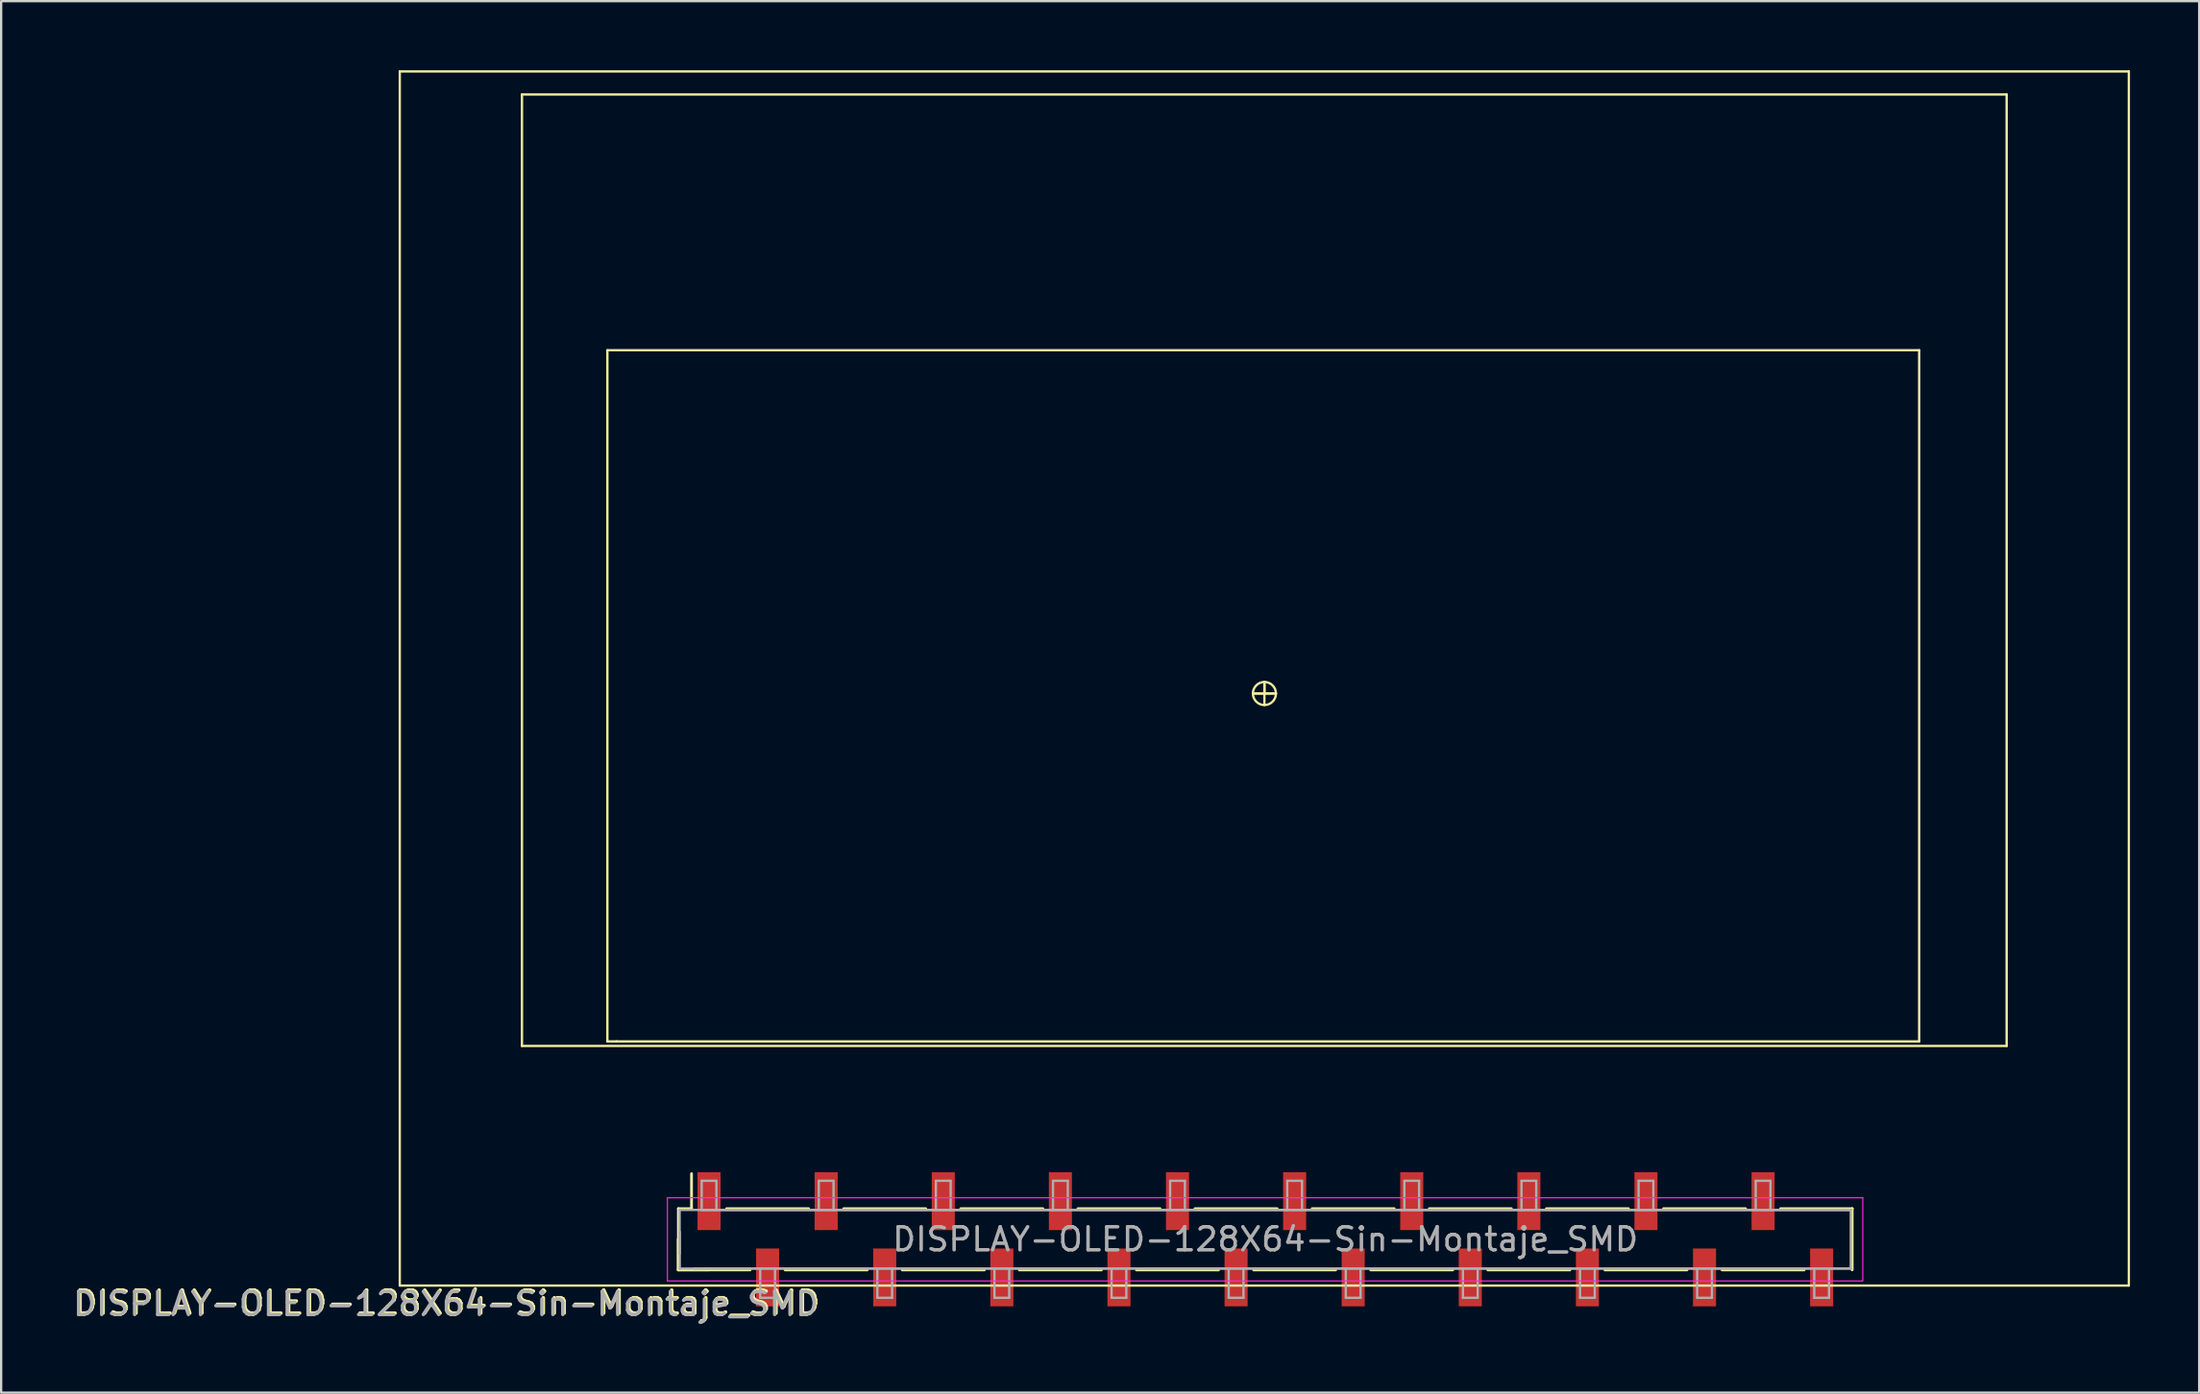
<source format=kicad_pcb>
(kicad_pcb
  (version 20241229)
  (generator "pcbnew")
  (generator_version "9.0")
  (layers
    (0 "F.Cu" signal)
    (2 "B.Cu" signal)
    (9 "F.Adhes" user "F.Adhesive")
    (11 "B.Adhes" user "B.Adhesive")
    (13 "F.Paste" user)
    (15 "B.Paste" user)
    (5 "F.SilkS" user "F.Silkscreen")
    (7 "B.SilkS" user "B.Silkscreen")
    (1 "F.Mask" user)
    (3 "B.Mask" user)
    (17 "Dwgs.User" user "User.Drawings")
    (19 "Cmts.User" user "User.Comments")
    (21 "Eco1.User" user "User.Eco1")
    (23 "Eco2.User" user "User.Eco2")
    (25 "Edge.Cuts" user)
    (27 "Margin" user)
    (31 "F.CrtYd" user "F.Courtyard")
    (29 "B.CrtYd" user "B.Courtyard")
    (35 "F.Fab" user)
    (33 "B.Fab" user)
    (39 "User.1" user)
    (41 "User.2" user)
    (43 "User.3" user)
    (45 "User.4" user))
  (footprint "DISPLAY-OLED-128X64-Sin-Montaje_SMD"
    (layer "F.Cu")
    (at 14.296 52.752)
    (property "Reference" "DISPLAY-OLED-128X64-Sin-Montaje_SMD" (at 2.055 0.738 0) (layer "F.SilkS") (effects (font (size 1 1) (thickness 0.15))))
    (attr through_hole)
    (fp_line (start -0.005 -52.702) (end -0.005 -0.002) (stroke (width 0.1) (type solid)) (layer "F.SilkS"))
    (fp_line (start -0.005 -0.002) (end 74.995 -0.002) (stroke (width 0.1) (type solid)) (layer "F.SilkS"))
    (fp_line (start 5.295 -51.702) (end 69.695 -51.702) (stroke (width 0.1) (type solid)) (layer "F.SilkS"))
    (fp_line (start 5.295 -10.402) (end 5.295 -51.702) (stroke (width 0.1) (type solid)) (layer "F.SilkS"))
    (fp_line (start 9 -40.6) (end 65.9 -40.6) (stroke (width 0.1) (type solid)) (layer "F.SilkS"))
    (fp_line (start 9 -10.6) (end 9 -40.6) (stroke (width 0.1) (type solid)) (layer "F.SilkS"))
    (fp_line (start 9 -10.6) (end 9.4 -10.6) (stroke (width 0.1) (type solid)) (layer "F.SilkS"))
    (fp_line (start 12.074 -0.684) (end 12.074 -2.014) (stroke (width 0.12) (type solid)) (layer "F.SilkS"))
    (fp_line (start 12.08 -3.34) (end 12.65 -3.34) (stroke (width 0.12) (type solid)) (layer "F.SilkS"))
    (fp_line (start 12.08 -0.68) (end 12.08 -3.34) (stroke (width 0.12) (type solid)) (layer "F.SilkS"))
    (fp_line (start 12.08 -0.68) (end 15.19 -0.68) (stroke (width 0.12) (type solid)) (layer "F.SilkS"))
    (fp_line (start 12.65 -3.34) (end 12.65 -4.86) (stroke (width 0.12) (type solid)) (layer "F.SilkS"))
    (fp_line (start 13.404 -0.684) (end 12.074 -0.684) (stroke (width 0.12) (type solid)) (layer "F.SilkS"))
    (fp_line (start 14.17 -3.34) (end 17.73 -3.34) (stroke (width 0.12) (type solid)) (layer "F.SilkS"))
    (fp_line (start 16.71 -0.68) (end 20.27 -0.68) (stroke (width 0.12) (type solid)) (layer "F.SilkS"))
    (fp_line (start 19.25 -3.34) (end 22.81 -3.34) (stroke (width 0.12) (type solid)) (layer "F.SilkS"))
    (fp_line (start 21.79 -0.68) (end 25.35 -0.68) (stroke (width 0.12) (type solid)) (layer "F.SilkS"))
    (fp_line (start 24.33 -3.34) (end 27.89 -3.34) (stroke (width 0.12) (type solid)) (layer "F.SilkS"))
    (fp_line (start 26.87 -0.68) (end 30.43 -0.68) (stroke (width 0.12) (type solid)) (layer "F.SilkS"))
    (fp_line (start 29.41 -3.34) (end 32.97 -3.34) (stroke (width 0.12) (type solid)) (layer "F.SilkS"))
    (fp_line (start 31.95 -0.68) (end 35.51 -0.68) (stroke (width 0.12) (type solid)) (layer "F.SilkS"))
    (fp_line (start 34.49 -3.34) (end 38.05 -3.34) (stroke (width 0.12) (type solid)) (layer "F.SilkS"))
    (fp_line (start 37 -25.7) (end 37.5 -25.7) (stroke (width 0.1) (type solid)) (layer "F.SilkS"))
    (fp_line (start 37.03 -0.68) (end 40.59 -0.68) (stroke (width 0.12) (type solid)) (layer "F.SilkS"))
    (fp_line (start 37.5 -26.2) (end 37.5 -25.2) (stroke (width 0.1) (type solid)) (layer "F.SilkS"))
    (fp_line (start 37.5 -25.7) (end 37 -25.7) (stroke (width 0.1) (type solid)) (layer "F.SilkS"))
    (fp_line (start 37.5 -25.7) (end 37.5 -26.2) (stroke (width 0.1) (type solid)) (layer "F.SilkS"))
    (fp_line (start 37.5 -25.7) (end 38 -25.7) (stroke (width 0.1) (type solid)) (layer "F.SilkS"))
    (fp_line (start 38 -25.7) (end 37.5 -25.7) (stroke (width 0.1) (type solid)) (layer "F.SilkS"))
    (fp_line (start 39.57 -3.34) (end 43.13 -3.34) (stroke (width 0.12) (type solid)) (layer "F.SilkS"))
    (fp_line (start 42.11 -0.68) (end 45.67 -0.68) (stroke (width 0.12) (type solid)) (layer "F.SilkS"))
    (fp_line (start 44.65 -3.34) (end 48.21 -3.34) (stroke (width 0.12) (type solid)) (layer "F.SilkS"))
    (fp_line (start 47.19 -0.68) (end 50.75 -0.68) (stroke (width 0.12) (type solid)) (layer "F.SilkS"))
    (fp_line (start 49.73 -3.34) (end 53.29 -3.34) (stroke (width 0.12) (type solid)) (layer "F.SilkS"))
    (fp_line (start 52.27 -0.68) (end 55.83 -0.68) (stroke (width 0.12) (type solid)) (layer "F.SilkS"))
    (fp_line (start 54.81 -3.34) (end 58.37 -3.34) (stroke (width 0.12) (type solid)) (layer "F.SilkS"))
    (fp_line (start 57.35 -0.68) (end 60.91 -0.68) (stroke (width 0.12) (type solid)) (layer "F.SilkS"))
    (fp_line (start 59.89 -3.34) (end 63 -3.34) (stroke (width 0.12) (type solid)) (layer "F.SilkS"))
    (fp_line (start 62.994 -0.684) (end 62.994 -3.344) (stroke (width 0.12) (type solid)) (layer "F.SilkS"))
    (fp_line (start 65.9 -40.6) (end 65.9 -10.6) (stroke (width 0.1) (type solid)) (layer "F.SilkS"))
    (fp_line (start 65.9 -10.6) (end 9.4 -10.6) (stroke (width 0.1) (type solid)) (layer "F.SilkS"))
    (fp_line (start 69.695 -51.702) (end 69.695 -10.402) (stroke (width 0.1) (type solid)) (layer "F.SilkS"))
    (fp_line (start 69.695 -10.402) (end 5.295 -10.402) (stroke (width 0.1) (type solid)) (layer "F.SilkS"))
    (fp_line (start 74.995 -52.702) (end -0.005 -52.702) (stroke (width 0.1) (type solid)) (layer "F.SilkS"))
    (fp_line (start 74.995 -0.002) (end 74.995 -52.702) (stroke (width 0.1) (type solid)) (layer "F.SilkS"))
    (fp_circle (center 37.5 -25.7) (end 38 -25.7) (stroke (width 0.1) (type solid)) (fill no) (layer "F.SilkS"))
    (fp_line (start 11.595 -0.202) (end 63.445 -0.202) (stroke (width 0.05) (type solid)) (layer "F.CrtYd"))
    (fp_line (start 11.604 -3.814) (end 11.604 -0.214) (stroke (width 0.05) (type solid)) (layer "F.CrtYd"))
    (fp_line (start 63.454 -3.814) (end 11.604 -3.814) (stroke (width 0.05) (type solid)) (layer "F.CrtYd"))
    (fp_line (start 63.454 -0.214) (end 63.454 -3.814) (stroke (width 0.05) (type solid)) (layer "F.CrtYd"))
    (fp_line (start 12.134 -3.284) (end 62.934 -3.284) (stroke (width 0.1) (type solid)) (layer "F.Fab"))
    (fp_line (start 12.134 -1.379) (end 12.134 -3.284) (stroke (width 0.1) (type solid)) (layer "F.Fab"))
    (fp_line (start 12.14 -0.74) (end 12.14 -2.33) (stroke (width 0.1) (type solid)) (layer "F.Fab"))
    (fp_line (start 12.14 -0.74) (end 62.94 -0.74) (stroke (width 0.1) (type solid)) (layer "F.Fab"))
    (fp_line (start 13.09 -4.55) (end 13.73 -4.55) (stroke (width 0.1) (type solid)) (layer "F.Fab"))
    (fp_line (start 13.09 -3.28) (end 13.09 -4.55) (stroke (width 0.1) (type solid)) (layer "F.Fab"))
    (fp_line (start 13.73 -4.55) (end 13.73 -3.28) (stroke (width 0.1) (type solid)) (layer "F.Fab"))
    (fp_line (start 15.63 -0.74) (end 15.63 0.53) (stroke (width 0.1) (type solid)) (layer "F.Fab"))
    (fp_line (start 15.63 0.53) (end 16.27 0.53) (stroke (width 0.1) (type solid)) (layer "F.Fab"))
    (fp_line (start 16.27 0.53) (end 16.27 -0.74) (stroke (width 0.1) (type solid)) (layer "F.Fab"))
    (fp_line (start 18.17 -4.55) (end 18.81 -4.55) (stroke (width 0.1) (type solid)) (layer "F.Fab"))
    (fp_line (start 18.17 -3.28) (end 18.17 -4.55) (stroke (width 0.1) (type solid)) (layer "F.Fab"))
    (fp_line (start 18.81 -4.55) (end 18.81 -3.28) (stroke (width 0.1) (type solid)) (layer "F.Fab"))
    (fp_line (start 20.71 -0.74) (end 20.71 0.53) (stroke (width 0.1) (type solid)) (layer "F.Fab"))
    (fp_line (start 20.71 0.53) (end 21.35 0.53) (stroke (width 0.1) (type solid)) (layer "F.Fab"))
    (fp_line (start 21.35 0.53) (end 21.35 -0.74) (stroke (width 0.1) (type solid)) (layer "F.Fab"))
    (fp_line (start 23.25 -4.55) (end 23.89 -4.55) (stroke (width 0.1) (type solid)) (layer "F.Fab"))
    (fp_line (start 23.25 -3.28) (end 23.25 -4.55) (stroke (width 0.1) (type solid)) (layer "F.Fab"))
    (fp_line (start 23.89 -4.55) (end 23.89 -3.28) (stroke (width 0.1) (type solid)) (layer "F.Fab"))
    (fp_line (start 25.79 -0.74) (end 25.79 0.53) (stroke (width 0.1) (type solid)) (layer "F.Fab"))
    (fp_line (start 25.79 0.53) (end 26.43 0.53) (stroke (width 0.1) (type solid)) (layer "F.Fab"))
    (fp_line (start 26.43 0.53) (end 26.43 -0.74) (stroke (width 0.1) (type solid)) (layer "F.Fab"))
    (fp_line (start 28.33 -4.55) (end 28.97 -4.55) (stroke (width 0.1) (type solid)) (layer "F.Fab"))
    (fp_line (start 28.33 -3.28) (end 28.33 -4.55) (stroke (width 0.1) (type solid)) (layer "F.Fab"))
    (fp_line (start 28.97 -4.55) (end 28.97 -3.28) (stroke (width 0.1) (type solid)) (layer "F.Fab"))
    (fp_line (start 30.87 -0.74) (end 30.87 0.53) (stroke (width 0.1) (type solid)) (layer "F.Fab"))
    (fp_line (start 30.87 0.53) (end 31.51 0.53) (stroke (width 0.1) (type solid)) (layer "F.Fab"))
    (fp_line (start 31.51 0.53) (end 31.51 -0.74) (stroke (width 0.1) (type solid)) (layer "F.Fab"))
    (fp_line (start 33.41 -4.55) (end 34.05 -4.55) (stroke (width 0.1) (type solid)) (layer "F.Fab"))
    (fp_line (start 33.41 -3.28) (end 33.41 -4.55) (stroke (width 0.1) (type solid)) (layer "F.Fab"))
    (fp_line (start 34.05 -4.55) (end 34.05 -3.28) (stroke (width 0.1) (type solid)) (layer "F.Fab"))
    (fp_line (start 35.95 -0.74) (end 35.95 0.53) (stroke (width 0.1) (type solid)) (layer "F.Fab"))
    (fp_line (start 35.95 0.53) (end 36.59 0.53) (stroke (width 0.1) (type solid)) (layer "F.Fab"))
    (fp_line (start 36.59 0.53) (end 36.59 -0.74) (stroke (width 0.1) (type solid)) (layer "F.Fab"))
    (fp_line (start 38.49 -4.55) (end 39.13 -4.55) (stroke (width 0.1) (type solid)) (layer "F.Fab"))
    (fp_line (start 38.49 -3.28) (end 38.49 -4.55) (stroke (width 0.1) (type solid)) (layer "F.Fab"))
    (fp_line (start 39.13 -4.55) (end 39.13 -3.28) (stroke (width 0.1) (type solid)) (layer "F.Fab"))
    (fp_line (start 41.03 -0.74) (end 41.03 0.53) (stroke (width 0.1) (type solid)) (layer "F.Fab"))
    (fp_line (start 41.03 0.53) (end 41.67 0.53) (stroke (width 0.1) (type solid)) (layer "F.Fab"))
    (fp_line (start 41.67 0.53) (end 41.67 -0.74) (stroke (width 0.1) (type solid)) (layer "F.Fab"))
    (fp_line (start 43.57 -4.55) (end 44.21 -4.55) (stroke (width 0.1) (type solid)) (layer "F.Fab"))
    (fp_line (start 43.57 -3.28) (end 43.57 -4.55) (stroke (width 0.1) (type solid)) (layer "F.Fab"))
    (fp_line (start 44.21 -4.55) (end 44.21 -3.28) (stroke (width 0.1) (type solid)) (layer "F.Fab"))
    (fp_line (start 46.11 -0.74) (end 46.11 0.53) (stroke (width 0.1) (type solid)) (layer "F.Fab"))
    (fp_line (start 46.11 0.53) (end 46.75 0.53) (stroke (width 0.1) (type solid)) (layer "F.Fab"))
    (fp_line (start 46.75 0.53) (end 46.75 -0.74) (stroke (width 0.1) (type solid)) (layer "F.Fab"))
    (fp_line (start 48.65 -4.55) (end 49.29 -4.55) (stroke (width 0.1) (type solid)) (layer "F.Fab"))
    (fp_line (start 48.65 -3.28) (end 48.65 -4.55) (stroke (width 0.1) (type solid)) (layer "F.Fab"))
    (fp_line (start 49.29 -4.55) (end 49.29 -3.28) (stroke (width 0.1) (type solid)) (layer "F.Fab"))
    (fp_line (start 51.19 -0.74) (end 51.19 0.53) (stroke (width 0.1) (type solid)) (layer "F.Fab"))
    (fp_line (start 51.19 0.53) (end 51.83 0.53) (stroke (width 0.1) (type solid)) (layer "F.Fab"))
    (fp_line (start 51.83 0.53) (end 51.83 -0.74) (stroke (width 0.1) (type solid)) (layer "F.Fab"))
    (fp_line (start 53.73 -4.55) (end 54.37 -4.55) (stroke (width 0.1) (type solid)) (layer "F.Fab"))
    (fp_line (start 53.73 -3.28) (end 53.73 -4.55) (stroke (width 0.1) (type solid)) (layer "F.Fab"))
    (fp_line (start 54.37 -4.55) (end 54.37 -3.28) (stroke (width 0.1) (type solid)) (layer "F.Fab"))
    (fp_line (start 56.27 -0.74) (end 56.27 0.53) (stroke (width 0.1) (type solid)) (layer "F.Fab"))
    (fp_line (start 56.27 0.53) (end 56.91 0.53) (stroke (width 0.1) (type solid)) (layer "F.Fab"))
    (fp_line (start 56.91 0.53) (end 56.91 -0.74) (stroke (width 0.1) (type solid)) (layer "F.Fab"))
    (fp_line (start 58.81 -4.55) (end 59.45 -4.55) (stroke (width 0.1) (type solid)) (layer "F.Fab"))
    (fp_line (start 58.81 -3.28) (end 58.81 -4.55) (stroke (width 0.1) (type solid)) (layer "F.Fab"))
    (fp_line (start 59.45 -4.55) (end 59.45 -3.28) (stroke (width 0.1) (type solid)) (layer "F.Fab"))
    (fp_line (start 61.35 -0.74) (end 61.35 0.53) (stroke (width 0.1) (type solid)) (layer "F.Fab"))
    (fp_line (start 61.35 0.53) (end 61.99 0.53) (stroke (width 0.1) (type solid)) (layer "F.Fab"))
    (fp_line (start 61.99 0.53) (end 61.99 -0.74) (stroke (width 0.1) (type solid)) (layer "F.Fab"))
    (fp_line (start 62.934 -3.284) (end 62.934 -0.744) (stroke (width 0.1) (type solid)) (layer "F.Fab"))
    (fp_line (start 62.934 -0.744) (end 12.769 -0.744) (stroke (width 0.1) (type solid)) (layer "F.Fab"))
    (fp_line (start 62.94 -3.28) (end 13.09 -3.28) (stroke (width 0.1) (type solid)) (layer "F.Fab"))
    (fp_text user "${REFERENCE}" (at 37.54 -2.01 180) (layer "F.Fab") (effects (font (size 1 1) (thickness 0.15))))
    (fp_text user "${REFERENCE}" (at 1.995 0.798 180) (layer "F.Fab") (effects (font (size 1 1) (thickness 0.15))))
    (pad "1" smd rect (at 13.41 -3.665 90) (size 2.51 1) (layers "F.Cu" "F.Mask" "F.Paste"))
    (pad "2" smd rect (at 15.95 -0.355 90) (size 2.51 1) (layers "F.Cu" "F.Mask" "F.Paste"))
    (pad "3" smd rect (at 18.49 -3.665 90) (size 2.51 1) (layers "F.Cu" "F.Mask" "F.Paste"))
    (pad "4" smd rect (at 21.03 -0.355 90) (size 2.51 1) (layers "F.Cu" "F.Mask" "F.Paste"))
    (pad "5" smd rect (at 23.57 -3.665 90) (size 2.51 1) (layers "F.Cu" "F.Mask" "F.Paste"))
    (pad "6" smd rect (at 26.11 -0.355 90) (size 2.51 1) (layers "F.Cu" "F.Mask" "F.Paste"))
    (pad "7" smd rect (at 28.65 -3.665 90) (size 2.51 1) (layers "F.Cu" "F.Mask" "F.Paste"))
    (pad "8" smd rect (at 31.19 -0.355 90) (size 2.51 1) (layers "F.Cu" "F.Mask" "F.Paste"))
    (pad "9" smd rect (at 33.73 -3.665 90) (size 2.51 1) (layers "F.Cu" "F.Mask" "F.Paste"))
    (pad "10" smd rect (at 36.27 -0.355 90) (size 2.51 1) (layers "F.Cu" "F.Mask" "F.Paste"))
    (pad "11" smd rect (at 38.81 -3.665 90) (size 2.51 1) (layers "F.Cu" "F.Mask" "F.Paste"))
    (pad "12" smd rect (at 41.35 -0.355 90) (size 2.51 1) (layers "F.Cu" "F.Mask" "F.Paste"))
    (pad "13" smd rect (at 43.89 -3.665 90) (size 2.51 1) (layers "F.Cu" "F.Mask" "F.Paste"))
    (pad "14" smd rect (at 46.43 -0.355 90) (size 2.51 1) (layers "F.Cu" "F.Mask" "F.Paste"))
    (pad "15" smd rect (at 48.97 -3.665 90) (size 2.51 1) (layers "F.Cu" "F.Mask" "F.Paste"))
    (pad "16" smd rect (at 51.51 -0.355 90) (size 2.51 1) (layers "F.Cu" "F.Mask" "F.Paste"))
    (pad "17" smd rect (at 54.05 -3.665 90) (size 2.51 1) (layers "F.Cu" "F.Mask" "F.Paste"))
    (pad "18" smd rect (at 56.59 -0.355 90) (size 2.51 1) (layers "F.Cu" "F.Mask" "F.Paste"))
    (pad "19" smd rect (at 59.13 -3.665 90) (size 2.51 1) (layers "F.Cu" "F.Mask" "F.Paste"))
    (pad "20" smd rect (at 61.67 -0.355 90) (size 2.51 1) (layers "F.Cu" "F.Mask" "F.Paste")))
  (gr_rect
    (start -3 -3)
    (end 92.342 57.398)
    (stroke (width 0.1) (type default))
    (fill no)
    (layer "Edge.Cuts")))
</source>
